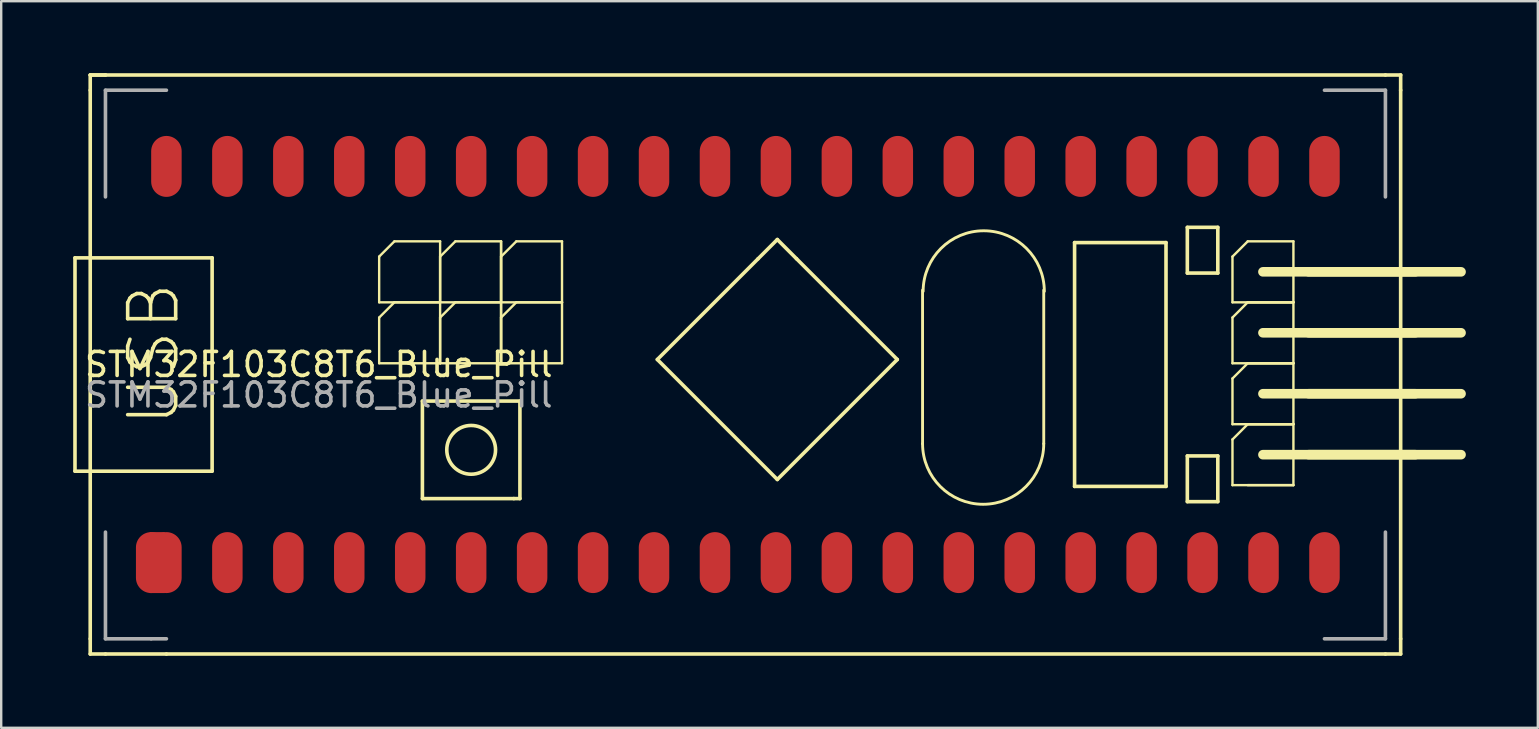
<source format=kicad_pcb>
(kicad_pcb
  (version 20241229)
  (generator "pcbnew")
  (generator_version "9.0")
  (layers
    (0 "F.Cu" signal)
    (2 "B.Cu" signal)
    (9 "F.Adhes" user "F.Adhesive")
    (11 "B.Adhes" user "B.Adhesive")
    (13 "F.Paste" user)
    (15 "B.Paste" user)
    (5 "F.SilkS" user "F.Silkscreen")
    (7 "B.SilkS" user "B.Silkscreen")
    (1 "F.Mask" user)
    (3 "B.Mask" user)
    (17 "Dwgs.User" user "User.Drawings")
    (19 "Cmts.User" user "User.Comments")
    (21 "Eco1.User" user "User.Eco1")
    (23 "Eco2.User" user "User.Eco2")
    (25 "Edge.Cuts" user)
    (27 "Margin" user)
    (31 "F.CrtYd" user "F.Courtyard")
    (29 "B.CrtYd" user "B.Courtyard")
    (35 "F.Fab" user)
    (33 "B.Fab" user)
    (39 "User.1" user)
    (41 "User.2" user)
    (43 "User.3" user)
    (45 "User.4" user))
  (footprint "STM32F103C8T6_Blue_Pill"
    (layer "F.Cu")
    (at 3.885 19.76)
    (property "Reference" "STM32F103C8T6_Blue_Pill" (at 6.35 -7.62 0) (layer "F.SilkS") (effects (font (size 1 1) (thickness 0.15))))
    (attr smd)
    (fp_line (start -3.81 -3.175) (end -3.81 -12.065) (stroke (width 0.15) (type solid)) (layer "F.SilkS"))
    (fp_line (start -3.81 -3.175) (end 1.905 -3.175) (stroke (width 0.15) (type solid)) (layer "F.SilkS"))
    (fp_line (start -3.175 -19.685) (end -3.175 -19.05) (stroke (width 0.15) (type solid)) (layer "F.SilkS"))
    (fp_line (start -3.175 -19.685) (end -2.54 -19.685) (stroke (width 0.15) (type solid)) (layer "F.SilkS"))
    (fp_line (start -3.175 -19.05) (end -3.175 3.81) (stroke (width 0.15) (type solid)) (layer "F.SilkS"))
    (fp_line (start -3.175 4.445) (end -3.175 3.81) (stroke (width 0.15) (type solid)) (layer "F.SilkS"))
    (fp_line (start -3.175 4.445) (end -2.54 4.445) (stroke (width 0.15) (type solid)) (layer "F.SilkS"))
    (fp_line (start -2.54 -19.685) (end -3.175 -19.685) (stroke (width 0.15) (type solid)) (layer "F.SilkS"))
    (fp_line (start -2.54 4.445) (end 0 4.445) (stroke (width 0.15) (type solid)) (layer "F.SilkS"))
    (fp_line (start 0 4.445) (end 50.8 4.445) (stroke (width 0.15) (type solid)) (layer "F.SilkS"))
    (fp_line (start 1.905 -12.065) (end -3.81 -12.065) (stroke (width 0.15) (type solid)) (layer "F.SilkS"))
    (fp_line (start 1.905 -12.065) (end 1.905 -3.175) (stroke (width 0.15) (type solid)) (layer "F.SilkS"))
    (fp_line (start 8.866 -12.117) (end 9.501 -12.752) (stroke (width 0.1) (type solid)) (layer "F.SilkS"))
    (fp_line (start 8.866 -10.212) (end 8.866 -12.117) (stroke (width 0.1) (type solid)) (layer "F.SilkS"))
    (fp_line (start 8.866 -9.577) (end 9.501 -10.212) (stroke (width 0.1) (type solid)) (layer "F.SilkS"))
    (fp_line (start 8.866 -7.672) (end 8.866 -9.577) (stroke (width 0.1) (type solid)) (layer "F.SilkS"))
    (fp_line (start 9.501 -12.752) (end 11.406 -12.752) (stroke (width 0.1) (type solid)) (layer "F.SilkS"))
    (fp_line (start 9.501 -10.212) (end 11.406 -10.212) (stroke (width 0.1) (type solid)) (layer "F.SilkS"))
    (fp_line (start 10.668 -6.096) (end 10.668 -2.032) (stroke (width 0.15) (type solid)) (layer "F.SilkS"))
    (fp_line (start 10.668 -2.032) (end 14.478 -2.032) (stroke (width 0.15) (type solid)) (layer "F.SilkS"))
    (fp_line (start 11.406 -12.752) (end 11.406 -10.212) (stroke (width 0.1) (type solid)) (layer "F.SilkS"))
    (fp_line (start 11.406 -12.117) (end 12.041 -12.752) (stroke (width 0.1) (type solid)) (layer "F.SilkS"))
    (fp_line (start 11.406 -10.212) (end 8.866 -10.212) (stroke (width 0.1) (type solid)) (layer "F.SilkS"))
    (fp_line (start 11.406 -10.212) (end 11.406 -12.117) (stroke (width 0.1) (type solid)) (layer "F.SilkS"))
    (fp_line (start 11.406 -10.212) (end 11.406 -7.672) (stroke (width 0.1) (type solid)) (layer "F.SilkS"))
    (fp_line (start 11.406 -9.577) (end 12.041 -10.212) (stroke (width 0.1) (type solid)) (layer "F.SilkS"))
    (fp_line (start 11.406 -7.672) (end 8.866 -7.672) (stroke (width 0.1) (type solid)) (layer "F.SilkS"))
    (fp_line (start 11.406 -7.672) (end 11.406 -9.577) (stroke (width 0.1) (type solid)) (layer "F.SilkS"))
    (fp_line (start 12.041 -12.752) (end 13.946 -12.752) (stroke (width 0.1) (type solid)) (layer "F.SilkS"))
    (fp_line (start 12.041 -10.212) (end 13.946 -10.212) (stroke (width 0.1) (type solid)) (layer "F.SilkS"))
    (fp_line (start 13.946 -12.752) (end 13.946 -10.212) (stroke (width 0.1) (type solid)) (layer "F.SilkS"))
    (fp_line (start 13.946 -12.752) (end 13.946 -10.212) (stroke (width 0.1) (type solid)) (layer "F.SilkS"))
    (fp_line (start 13.946 -12.117) (end 14.581 -12.752) (stroke (width 0.1) (type solid)) (layer "F.SilkS"))
    (fp_line (start 13.946 -10.212) (end 11.406 -10.212) (stroke (width 0.1) (type solid)) (layer "F.SilkS"))
    (fp_line (start 13.946 -10.212) (end 13.946 -12.117) (stroke (width 0.1) (type solid)) (layer "F.SilkS"))
    (fp_line (start 13.946 -10.212) (end 13.946 -7.672) (stroke (width 0.1) (type solid)) (layer "F.SilkS"))
    (fp_line (start 13.946 -10.212) (end 13.946 -7.672) (stroke (width 0.1) (type solid)) (layer "F.SilkS"))
    (fp_line (start 13.946 -9.577) (end 14.581 -10.212) (stroke (width 0.1) (type solid)) (layer "F.SilkS"))
    (fp_line (start 13.946 -7.672) (end 11.406 -7.672) (stroke (width 0.1) (type solid)) (layer "F.SilkS"))
    (fp_line (start 13.946 -7.672) (end 13.946 -9.577) (stroke (width 0.1) (type solid)) (layer "F.SilkS"))
    (fp_line (start 14.581 -12.752) (end 16.486 -12.752) (stroke (width 0.1) (type solid)) (layer "F.SilkS"))
    (fp_line (start 14.581 -10.212) (end 16.486 -10.212) (stroke (width 0.1) (type solid)) (layer "F.SilkS"))
    (fp_line (start 14.732 -6.096) (end 10.668 -6.096) (stroke (width 0.15) (type solid)) (layer "F.SilkS"))
    (fp_line (start 14.732 -2.032) (end 14.478 -2.032) (stroke (width 0.15) (type solid)) (layer "F.SilkS"))
    (fp_line (start 14.732 -2.032) (end 14.732 -6.096) (stroke (width 0.15) (type solid)) (layer "F.SilkS"))
    (fp_line (start 16.486 -12.752) (end 16.486 -10.212) (stroke (width 0.1) (type solid)) (layer "F.SilkS"))
    (fp_line (start 16.486 -10.212) (end 13.946 -10.212) (stroke (width 0.1) (type solid)) (layer "F.SilkS"))
    (fp_line (start 16.486 -10.212) (end 16.486 -7.672) (stroke (width 0.1) (type solid)) (layer "F.SilkS"))
    (fp_line (start 16.486 -7.672) (end 13.946 -7.672) (stroke (width 0.1) (type solid)) (layer "F.SilkS"))
    (fp_line (start 24.658 -12.028) (end 20.458 -7.828) (stroke (width 0.15) (type solid)) (layer "F.SilkS"))
    (fp_line (start 24.658 -12.028) (end 25.458 -12.828) (stroke (width 0.15) (type solid)) (layer "F.SilkS"))
    (fp_line (start 25.458 -12.828) (end 26.258 -12.028) (stroke (width 0.15) (type solid)) (layer "F.SilkS"))
    (fp_line (start 25.458 -2.828) (end 20.458 -7.828) (stroke (width 0.15) (type solid)) (layer "F.SilkS"))
    (fp_line (start 25.458 -2.828) (end 30.458 -7.828) (stroke (width 0.15) (type solid)) (layer "F.SilkS"))
    (fp_line (start 30.458 -7.828) (end 26.258 -12.028) (stroke (width 0.15) (type solid)) (layer "F.SilkS"))
    (fp_line (start 31.511 -4.32) (end 31.511 -10.72) (stroke (width 0.12) (type solid)) (layer "F.SilkS"))
    (fp_line (start 36.561 -4.32) (end 36.561 -10.72) (stroke (width 0.12) (type solid)) (layer "F.SilkS"))
    (fp_line (start 37.846 -12.7) (end 41.656 -12.7) (stroke (width 0.15) (type solid)) (layer "F.SilkS"))
    (fp_line (start 37.846 -2.54) (end 37.846 -12.7) (stroke (width 0.15) (type solid)) (layer "F.SilkS"))
    (fp_line (start 41.656 -12.7) (end 41.656 -2.54) (stroke (width 0.15) (type solid)) (layer "F.SilkS"))
    (fp_line (start 41.656 -2.54) (end 37.846 -2.54) (stroke (width 0.15) (type solid)) (layer "F.SilkS"))
    (fp_line (start 42.545 -13.335) (end 43.815 -13.335) (stroke (width 0.15) (type solid)) (layer "F.SilkS"))
    (fp_line (start 42.545 -11.43) (end 42.545 -13.335) (stroke (width 0.15) (type solid)) (layer "F.SilkS"))
    (fp_line (start 42.545 -3.81) (end 43.815 -3.81) (stroke (width 0.15) (type solid)) (layer "F.SilkS"))
    (fp_line (start 42.545 -1.905) (end 42.545 -3.81) (stroke (width 0.15) (type solid)) (layer "F.SilkS"))
    (fp_line (start 43.815 -13.335) (end 43.815 -11.43) (stroke (width 0.15) (type solid)) (layer "F.SilkS"))
    (fp_line (start 43.815 -11.43) (end 42.545 -11.43) (stroke (width 0.15) (type solid)) (layer "F.SilkS"))
    (fp_line (start 43.815 -3.81) (end 43.815 -1.905) (stroke (width 0.15) (type solid)) (layer "F.SilkS"))
    (fp_line (start 43.815 -1.905) (end 42.545 -1.905) (stroke (width 0.15) (type solid)) (layer "F.SilkS"))
    (fp_line (start 44.426 -12.117) (end 45.061 -12.752) (stroke (width 0.1) (type solid)) (layer "F.SilkS"))
    (fp_line (start 44.426 -10.212) (end 44.426 -12.117) (stroke (width 0.1) (type solid)) (layer "F.SilkS"))
    (fp_line (start 44.426 -9.577) (end 45.061 -10.212) (stroke (width 0.1) (type solid)) (layer "F.SilkS"))
    (fp_line (start 44.426 -7.672) (end 44.426 -9.577) (stroke (width 0.1) (type solid)) (layer "F.SilkS"))
    (fp_line (start 44.426 -7.037) (end 45.061 -7.672) (stroke (width 0.1) (type solid)) (layer "F.SilkS"))
    (fp_line (start 44.426 -5.132) (end 44.426 -7.037) (stroke (width 0.1) (type solid)) (layer "F.SilkS"))
    (fp_line (start 44.426 -4.497) (end 45.061 -5.132) (stroke (width 0.1) (type solid)) (layer "F.SilkS"))
    (fp_line (start 44.426 -2.592) (end 44.426 -4.497) (stroke (width 0.1) (type solid)) (layer "F.SilkS"))
    (fp_line (start 45.061 -12.752) (end 46.966 -12.752) (stroke (width 0.1) (type solid)) (layer "F.SilkS"))
    (fp_line (start 45.061 -10.212) (end 46.966 -10.212) (stroke (width 0.1) (type solid)) (layer "F.SilkS"))
    (fp_line (start 45.061 -10.212) (end 46.966 -10.212) (stroke (width 0.1) (type solid)) (layer "F.SilkS"))
    (fp_line (start 45.061 -7.672) (end 46.966 -7.672) (stroke (width 0.1) (type solid)) (layer "F.SilkS"))
    (fp_line (start 45.061 -7.672) (end 46.966 -7.672) (stroke (width 0.1) (type solid)) (layer "F.SilkS"))
    (fp_line (start 45.061 -5.132) (end 46.966 -5.132) (stroke (width 0.1) (type solid)) (layer "F.SilkS"))
    (fp_line (start 45.061 -5.132) (end 46.966 -5.132) (stroke (width 0.1) (type solid)) (layer "F.SilkS"))
    (fp_line (start 45.061 -2.592) (end 46.966 -2.592) (stroke (width 0.1) (type solid)) (layer "F.SilkS"))
    (fp_line (start 45.696 -11.482) (end 52.046 -11.482) (stroke (width 0.4) (type solid)) (layer "F.SilkS"))
    (fp_line (start 45.696 -8.942) (end 52.046 -8.942) (stroke (width 0.4) (type solid)) (layer "F.SilkS"))
    (fp_line (start 45.696 -6.402) (end 52.046 -6.402) (stroke (width 0.4) (type solid)) (layer "F.SilkS"))
    (fp_line (start 45.696 -3.862) (end 52.046 -3.862) (stroke (width 0.4) (type solid)) (layer "F.SilkS"))
    (fp_line (start 46.966 -12.752) (end 46.966 -10.212) (stroke (width 0.1) (type solid)) (layer "F.SilkS"))
    (fp_line (start 46.966 -10.212) (end 44.426 -10.212) (stroke (width 0.1) (type solid)) (layer "F.SilkS"))
    (fp_line (start 46.966 -10.212) (end 46.966 -7.672) (stroke (width 0.1) (type solid)) (layer "F.SilkS"))
    (fp_line (start 46.966 -7.672) (end 44.426 -7.672) (stroke (width 0.1) (type solid)) (layer "F.SilkS"))
    (fp_line (start 46.966 -7.672) (end 46.966 -5.132) (stroke (width 0.1) (type solid)) (layer "F.SilkS"))
    (fp_line (start 46.966 -5.132) (end 44.426 -5.132) (stroke (width 0.1) (type solid)) (layer "F.SilkS"))
    (fp_line (start 46.966 -5.132) (end 46.966 -2.592) (stroke (width 0.1) (type solid)) (layer "F.SilkS"))
    (fp_line (start 46.966 -2.592) (end 44.426 -2.592) (stroke (width 0.1) (type solid)) (layer "F.SilkS"))
    (fp_line (start 47.601 -11.482) (end 53.951 -11.482) (stroke (width 0.4) (type solid)) (layer "F.SilkS"))
    (fp_line (start 47.601 -8.942) (end 53.951 -8.942) (stroke (width 0.4) (type solid)) (layer "F.SilkS"))
    (fp_line (start 47.601 -6.402) (end 53.951 -6.402) (stroke (width 0.4) (type solid)) (layer "F.SilkS"))
    (fp_line (start 47.601 -3.862) (end 53.951 -3.862) (stroke (width 0.4) (type solid)) (layer "F.SilkS"))
    (fp_line (start 50.8 -19.685) (end -2.54 -19.685) (stroke (width 0.15) (type solid)) (layer "F.SilkS"))
    (fp_line (start 50.8 -19.685) (end 51.435 -19.685) (stroke (width 0.15) (type solid)) (layer "F.SilkS"))
    (fp_line (start 50.8 4.445) (end 51.435 4.445) (stroke (width 0.15) (type solid)) (layer "F.SilkS"))
    (fp_line (start 51.435 -19.685) (end 51.435 -19.05) (stroke (width 0.15) (type solid)) (layer "F.SilkS"))
    (fp_line (start 51.435 3.81) (end 51.435 -19.05) (stroke (width 0.15) (type solid)) (layer "F.SilkS"))
    (fp_line (start 51.435 4.445) (end 51.435 3.81) (stroke (width 0.15) (type solid)) (layer "F.SilkS"))
    (fp_arc (start 31.535 -10.668) (mid 34.06 -13.193) (end 36.585 -10.668) (stroke (width 0.12) (type solid)) (layer "F.SilkS"))
    (fp_arc (start 36.561 -4.32) (mid 34.036 -1.795) (end 31.511 -4.32) (stroke (width 0.12) (type solid)) (layer "F.SilkS"))
    (fp_circle (center 12.7 -4.064) (end 13.716 -4.064) (stroke (width 0.15) (type solid)) (fill no) (layer "F.SilkS"))
    (fp_line (start -2.54 -19.05) (end -2.54 -14.605) (stroke (width 0.15) (type solid)) (layer "F.Fab"))
    (fp_line (start -2.54 -0.635) (end -2.54 3.81) (stroke (width 0.15) (type solid)) (layer "F.Fab"))
    (fp_line (start -2.54 3.81) (end -0.635 3.81) (stroke (width 0.15) (type solid)) (layer "F.Fab"))
    (fp_line (start -0.635 3.81) (end 0 3.81) (stroke (width 0.15) (type solid)) (layer "F.Fab"))
    (fp_line (start 0 -19.05) (end -2.54 -19.05) (stroke (width 0.15) (type solid)) (layer "F.Fab"))
    (fp_line (start 48.26 -19.05) (end 50.8 -19.05) (stroke (width 0.15) (type solid)) (layer "F.Fab"))
    (fp_line (start 48.26 3.81) (end 50.8 3.81) (stroke (width 0.15) (type solid)) (layer "F.Fab"))
    (fp_line (start 50.8 -19.05) (end 50.8 -14.605) (stroke (width 0.15) (type solid)) (layer "F.Fab"))
    (fp_line (start 50.8 3.81) (end 50.8 -0.635) (stroke (width 0.15) (type solid)) (layer "F.Fab"))
    (fp_text user "USB" (at -0.532 -8.053 90) (layer "F.SilkS") (effects (font (size 2 2) (thickness 0.15))))
    (fp_text user "${REFERENCE}" (at 6.35 -6.35 0) (layer "F.Fab") (effects (font (size 1 1) (thickness 0.15))))
    (pad "1" smd oval (at -0.635 0.635) (size 1.27 2.54) (layers "F.Cu" "F.Mask" "F.Paste"))
    (pad "1" smd rect (at -0.381 0.635) (size 0.625 2.54) (layers "F.Cu" "F.Mask" "F.Paste"))
    (pad "1" smd oval (at 0 0.635) (size 1.27 2.54) (layers "F.Cu" "F.Mask" "F.Paste"))
    (pad "2" smd oval (at 2.54 0.635) (size 1.27 2.54) (layers "F.Cu" "F.Mask" "F.Paste"))
    (pad "3" smd oval (at 5.08 0.635) (size 1.27 2.54) (layers "F.Cu" "F.Mask" "F.Paste"))
    (pad "4" smd oval (at 7.62 0.635) (size 1.27 2.54) (layers "F.Cu" "F.Mask" "F.Paste"))
    (pad "5" smd oval (at 10.16 0.635) (size 1.27 2.54) (layers "F.Cu" "F.Mask" "F.Paste"))
    (pad "6" smd oval (at 12.7 0.635) (size 1.27 2.54) (layers "F.Cu" "F.Mask" "F.Paste"))
    (pad "7" smd oval (at 15.24 0.635) (size 1.27 2.54) (layers "F.Cu" "F.Mask" "F.Paste"))
    (pad "8" smd oval (at 17.78 0.635) (size 1.27 2.54) (layers "F.Cu" "F.Mask" "F.Paste"))
    (pad "9" smd oval (at 20.32 0.635) (size 1.27 2.54) (layers "F.Cu" "F.Mask" "F.Paste"))
    (pad "10" smd oval (at 22.86 0.635) (size 1.27 2.54) (layers "F.Cu" "F.Mask" "F.Paste"))
    (pad "11" smd oval (at 25.4 0.635) (size 1.27 2.54) (layers "F.Cu" "F.Mask" "F.Paste"))
    (pad "12" smd oval (at 27.94 0.635) (size 1.27 2.54) (layers "F.Cu" "F.Mask" "F.Paste"))
    (pad "13" smd oval (at 30.48 0.635) (size 1.27 2.54) (layers "F.Cu" "F.Mask" "F.Paste"))
    (pad "14" smd oval (at 33.02 0.635) (size 1.27 2.54) (layers "F.Cu" "F.Mask" "F.Paste"))
    (pad "15" smd oval (at 35.56 0.635) (size 1.27 2.54) (layers "F.Cu" "F.Mask" "F.Paste"))
    (pad "16" smd oval (at 38.1 0.635) (size 1.27 2.54) (layers "F.Cu" "F.Mask" "F.Paste"))
    (pad "17" smd oval (at 40.64 0.635) (size 1.27 2.54) (layers "F.Cu" "F.Mask" "F.Paste"))
    (pad "18" smd oval (at 43.18 0.635) (size 1.27 2.54) (layers "F.Cu" "F.Mask" "F.Paste"))
    (pad "19" smd oval (at 45.72 0.635) (size 1.27 2.54) (layers "F.Cu" "F.Mask" "F.Paste"))
    (pad "20" smd oval (at 48.26 0.635) (size 1.27 2.54) (layers "F.Cu" "F.Mask" "F.Paste"))
    (pad "21" smd oval (at 48.26 -15.875) (size 1.27 2.54) (layers "F.Cu" "F.Mask" "F.Paste"))
    (pad "22" smd oval (at 45.72 -15.875) (size 1.27 2.54) (layers "F.Cu" "F.Mask" "F.Paste"))
    (pad "23" smd oval (at 43.18 -15.875) (size 1.27 2.54) (layers "F.Cu" "F.Mask" "F.Paste"))
    (pad "24" smd oval (at 40.64 -15.875) (size 1.27 2.54) (layers "F.Cu" "F.Mask" "F.Paste"))
    (pad "25" smd oval (at 38.1 -15.875) (size 1.27 2.54) (layers "F.Cu" "F.Mask" "F.Paste"))
    (pad "26" smd oval (at 35.56 -15.875) (size 1.27 2.54) (layers "F.Cu" "F.Mask" "F.Paste"))
    (pad "27" smd oval (at 33.02 -15.875) (size 1.27 2.54) (layers "F.Cu" "F.Mask" "F.Paste"))
    (pad "28" smd oval (at 30.48 -15.875) (size 1.27 2.54) (layers "F.Cu" "F.Mask" "F.Paste"))
    (pad "29" smd oval (at 27.94 -15.875) (size 1.27 2.54) (layers "F.Cu" "F.Mask" "F.Paste"))
    (pad "30" smd oval (at 25.4 -15.875) (size 1.27 2.54) (layers "F.Cu" "F.Mask" "F.Paste"))
    (pad "31" smd oval (at 22.86 -15.875) (size 1.27 2.54) (layers "F.Cu" "F.Mask" "F.Paste"))
    (pad "32" smd oval (at 20.32 -15.875) (size 1.27 2.54) (layers "F.Cu" "F.Mask" "F.Paste"))
    (pad "33" smd oval (at 17.78 -15.875) (size 1.27 2.54) (layers "F.Cu" "F.Mask" "F.Paste"))
    (pad "34" smd oval (at 15.24 -15.875) (size 1.27 2.54) (layers "F.Cu" "F.Mask" "F.Paste"))
    (pad "35" smd oval (at 12.7 -15.875) (size 1.27 2.54) (layers "F.Cu" "F.Mask" "F.Paste"))
    (pad "36" smd oval (at 10.16 -15.875) (size 1.27 2.54) (layers "F.Cu" "F.Mask" "F.Paste"))
    (pad "37" smd oval (at 7.62 -15.875) (size 1.27 2.54) (layers "F.Cu" "F.Mask" "F.Paste"))
    (pad "38" smd oval (at 5.08 -15.875) (size 1.27 2.54) (layers "F.Cu" "F.Mask" "F.Paste"))
    (pad "39" smd oval (at 2.54 -15.875) (size 1.27 2.54) (layers "F.Cu" "F.Mask" "F.Paste"))
    (pad "40" smd oval (at 0 -15.875) (size 1.27 2.54) (layers "F.Cu" "F.Mask" "F.Paste")))
  (gr_rect
    (start -3 -3)
    (end 61.036 27.28)
    (stroke (width 0.1) (type default))
    (fill no)
    (layer "Edge.Cuts")))
</source>
